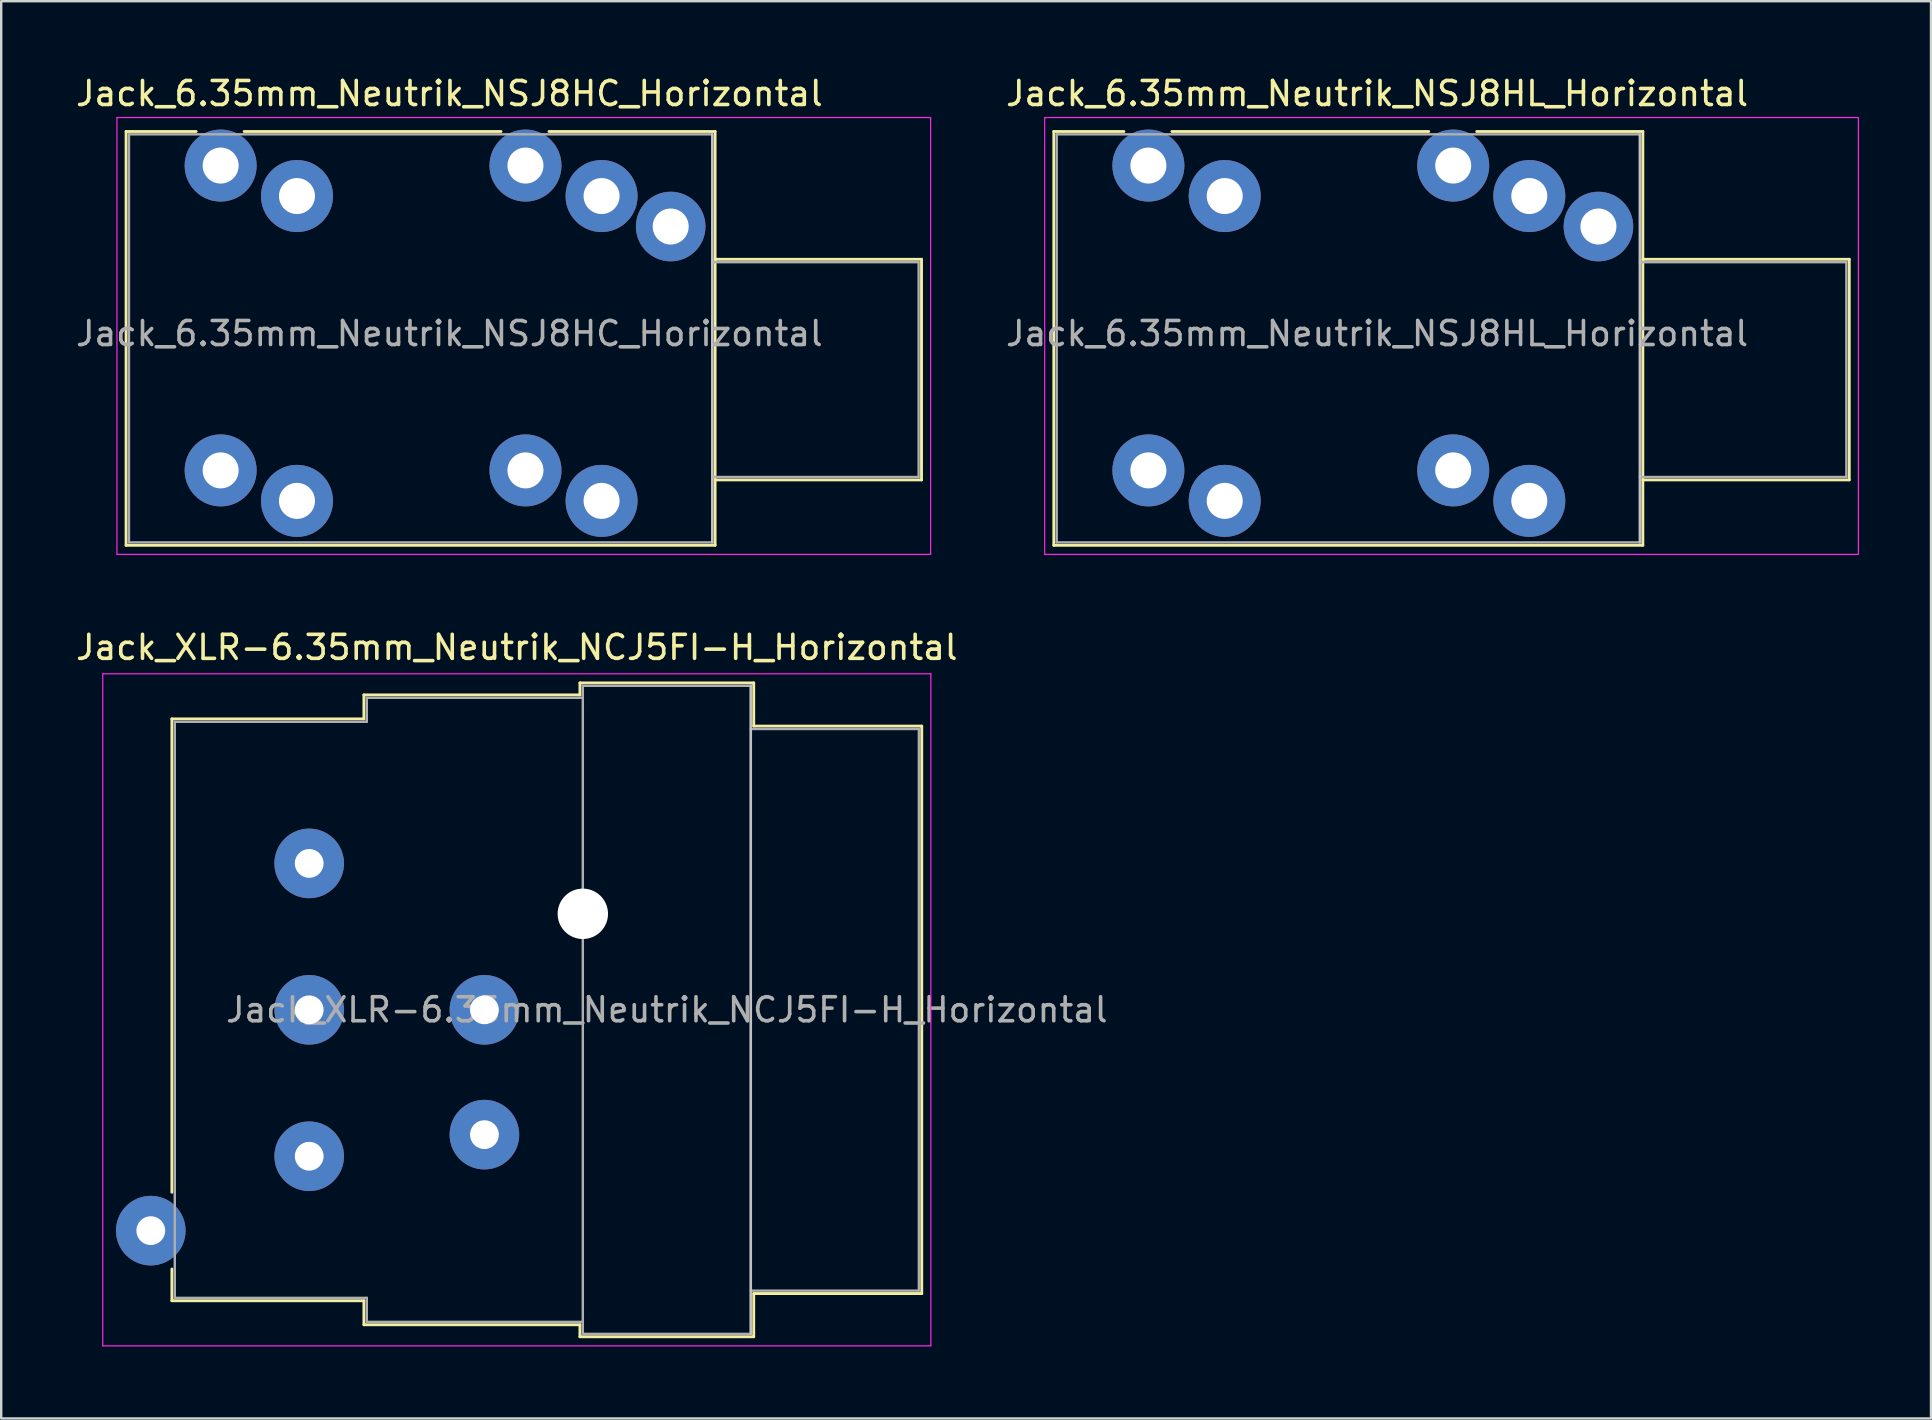
<source format=kicad_pcb>
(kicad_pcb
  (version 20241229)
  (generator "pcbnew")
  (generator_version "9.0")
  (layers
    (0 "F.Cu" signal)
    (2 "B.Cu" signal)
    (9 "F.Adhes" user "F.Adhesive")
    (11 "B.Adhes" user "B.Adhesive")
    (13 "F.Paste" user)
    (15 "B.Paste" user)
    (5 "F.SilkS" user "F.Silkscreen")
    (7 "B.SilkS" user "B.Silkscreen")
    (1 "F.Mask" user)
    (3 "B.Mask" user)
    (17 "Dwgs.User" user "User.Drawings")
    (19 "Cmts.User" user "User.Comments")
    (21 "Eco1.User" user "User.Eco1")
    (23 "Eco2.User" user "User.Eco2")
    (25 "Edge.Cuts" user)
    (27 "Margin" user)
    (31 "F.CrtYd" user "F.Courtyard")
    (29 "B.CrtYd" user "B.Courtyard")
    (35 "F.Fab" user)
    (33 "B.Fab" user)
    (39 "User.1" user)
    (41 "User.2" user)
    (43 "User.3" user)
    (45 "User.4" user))
  (footprint "Jack_XLR-6.35mm_Neutrik_NCJ5FI-H_Horizontal"
    (layer "F.Cu")
    (at 9.832 32.922)
    (property "Reference" "Jack_XLR-6.35mm_Neutrik_NCJ5FI-H_Horizontal" (at 8.65 -9 0) (layer "F.SilkS") (effects (font (size 1 1) (thickness 0.15))))
    (attr through_hole)
    (fp_line (start -5.72 -6.02) (end -5.72 13.7) (stroke (width 0.12) (type solid)) (layer "F.SilkS"))
    (fp_line (start -5.72 16.9) (end -5.72 18.22) (stroke (width 0.12) (type solid)) (layer "F.SilkS"))
    (fp_line (start 2.28 -7.02) (end 2.28 -6.02) (stroke (width 0.12) (type solid)) (layer "F.SilkS"))
    (fp_line (start 2.28 -6.02) (end -5.72 -6.02) (stroke (width 0.12) (type solid)) (layer "F.SilkS"))
    (fp_line (start 2.28 18.22) (end -5.72 18.22) (stroke (width 0.12) (type solid)) (layer "F.SilkS"))
    (fp_line (start 2.28 19.22) (end 2.28 18.22) (stroke (width 0.12) (type solid)) (layer "F.SilkS"))
    (fp_line (start 11.28 -7.02) (end 2.28 -7.02) (stroke (width 0.12) (type solid)) (layer "F.SilkS"))
    (fp_line (start 11.28 -7.02) (end 11.28 -7.52) (stroke (width 0.12) (type solid)) (layer "F.SilkS"))
    (fp_line (start 11.28 19.22) (end 2.28 19.22) (stroke (width 0.12) (type solid)) (layer "F.SilkS"))
    (fp_line (start 11.28 19.72) (end 11.28 19.22) (stroke (width 0.12) (type solid)) (layer "F.SilkS"))
    (fp_line (start 18.52 -7.52) (end 11.28 -7.52) (stroke (width 0.12) (type solid)) (layer "F.SilkS"))
    (fp_line (start 18.52 -7.52) (end 18.52 -5.72) (stroke (width 0.12) (type solid)) (layer "F.SilkS"))
    (fp_line (start 18.52 -5.72) (end 25.52 -5.72) (stroke (width 0.12) (type solid)) (layer "F.SilkS"))
    (fp_line (start 18.52 17.92) (end 18.52 19.72) (stroke (width 0.12) (type solid)) (layer "F.SilkS"))
    (fp_line (start 18.52 17.92) (end 25.52 17.92) (stroke (width 0.12) (type solid)) (layer "F.SilkS"))
    (fp_line (start 18.52 19.72) (end 11.28 19.72) (stroke (width 0.12) (type solid)) (layer "F.SilkS"))
    (fp_line (start 25.52 -5.72) (end 25.52 17.92) (stroke (width 0.12) (type solid)) (layer "F.SilkS"))
    (fp_line (start 18.4 -7.4) (end 18.4 19.6) (stroke (width 0.1) (type solid)) (layer "Dwgs.User"))
    (fp_line (start -8.6 -7.9) (end -8.6 20.1) (stroke (width 0.05) (type solid)) (layer "F.CrtYd"))
    (fp_line (start 25.9 -7.9) (end -8.6 -7.9) (stroke (width 0.05) (type solid)) (layer "F.CrtYd"))
    (fp_line (start 25.9 -7.9) (end 25.9 20.1) (stroke (width 0.05) (type solid)) (layer "F.CrtYd"))
    (fp_line (start 25.9 20.1) (end -8.6 20.1) (stroke (width 0.05) (type solid)) (layer "F.CrtYd"))
    (fp_line (start -5.6 -5.9) (end -5.6 18.1) (stroke (width 0.1) (type solid)) (layer "F.Fab"))
    (fp_line (start -5.6 18.1) (end 2.4 18.1) (stroke (width 0.1) (type solid)) (layer "F.Fab"))
    (fp_line (start 2.4 -6.9) (end 2.4 -5.9) (stroke (width 0.1) (type solid)) (layer "F.Fab"))
    (fp_line (start 2.4 -5.9) (end -5.6 -5.9) (stroke (width 0.1) (type solid)) (layer "F.Fab"))
    (fp_line (start 2.4 18.1) (end 2.4 19.1) (stroke (width 0.1) (type solid)) (layer "F.Fab"))
    (fp_line (start 2.4 19.1) (end 11.4 19.1) (stroke (width 0.1) (type solid)) (layer "F.Fab"))
    (fp_line (start 11.4 -7.4) (end 18.4 -7.4) (stroke (width 0.1) (type solid)) (layer "F.Fab"))
    (fp_line (start 11.4 -6.9) (end 2.4 -6.9) (stroke (width 0.1) (type solid)) (layer "F.Fab"))
    (fp_line (start 11.4 19.6) (end 11.4 -7.4) (stroke (width 0.1) (type solid)) (layer "F.Fab"))
    (fp_line (start 18.4 -7.4) (end 18.4 19.6) (stroke (width 0.1) (type solid)) (layer "F.Fab"))
    (fp_line (start 18.4 -5.6) (end 25.4 -5.6) (stroke (width 0.1) (type solid)) (layer "F.Fab"))
    (fp_line (start 18.4 19.6) (end 11.4 19.6) (stroke (width 0.1) (type solid)) (layer "F.Fab"))
    (fp_line (start 25.4 -5.6) (end 25.4 17.8) (stroke (width 0.1) (type solid)) (layer "F.Fab"))
    (fp_line (start 25.4 17.8) (end 18.4 17.8) (stroke (width 0.1) (type solid)) (layer "F.Fab"))
    (fp_text user "${REFERENCE}" (at 14.9 6.1 0) (layer "F.Fab") (effects (font (size 1 1) (thickness 0.15))))
    (pad "" np_thru_hole circle (at 11.4 2.1) (size 2.1 2.1) (drill 2.1) (layers "*.Cu" "*.Mask"))
    (pad "1" thru_hole circle (at 0 0) (size 2.9 2.9) (drill 1.2) (layers "*.Cu" "*.Mask"))
    (pad "2" thru_hole circle (at 0 12.2) (size 2.9 2.9) (drill 1.2) (layers "*.Cu" "*.Mask"))
    (pad "3" thru_hole circle (at 0 6.1) (size 2.9 2.9) (drill 1.2) (layers "*.Cu" "*.Mask"))
    (pad "G" thru_hole circle (at 7.3 6.1) (size 2.9 2.9) (drill 1.2) (layers "*.Cu" "*.Mask"))
    (pad "S" thru_hole circle (at 7.3 11.3) (size 2.9 2.9) (drill 1.2) (layers "*.Cu" "*.Mask"))
    (pad "T" thru_hole circle (at -6.6 15.3) (size 2.9 2.9) (drill 1.2) (layers "*.Cu" "*.Mask")))
  (footprint "Jack_6.35mm_Neutrik_NSJ8HL_Horizontal"
    (layer "F.Cu")
    (at 44.795 3.848)
    (property "Reference" "Jack_6.35mm_Neutrik_NSJ8HL_Horizontal" (at 9.53 -3 0) (layer "F.SilkS") (effects (font (size 1 1) (thickness 0.15))))
    (attr through_hole)
    (fp_line (start -3.94 -1.42) (end -1.02 -1.42) (stroke (width 0.12) (type solid)) (layer "F.SilkS"))
    (fp_line (start -3.94 15.82) (end -3.94 -1.42) (stroke (width 0.12) (type solid)) (layer "F.SilkS"))
    (fp_line (start -3.94 15.82) (end 20.6 15.82) (stroke (width 0.12) (type solid)) (layer "F.SilkS"))
    (fp_line (start 0.98 -1.42) (end 11.68 -1.42) (stroke (width 0.12) (type solid)) (layer "F.SilkS"))
    (fp_line (start 13.68 -1.42) (end 20.6 -1.42) (stroke (width 0.12) (type solid)) (layer "F.SilkS"))
    (fp_line (start 20.6 -1.42) (end 20.6 15.82) (stroke (width 0.12) (type solid)) (layer "F.SilkS"))
    (fp_line (start 29.2 3.905) (end 20.6 3.905) (stroke (width 0.12) (type solid)) (layer "F.SilkS"))
    (fp_line (start 29.2 13.095) (end 20.6 13.095) (stroke (width 0.12) (type solid)) (layer "F.SilkS"))
    (fp_line (start 29.2 13.095) (end 29.2 3.905) (stroke (width 0.12) (type solid)) (layer "F.SilkS"))
    (fp_line (start 20.48 -1.3) (end 20.48 15.7) (stroke (width 0.1) (type solid)) (layer "Dwgs.User"))
    (fp_line (start -4.32 16.2) (end -4.32 -2) (stroke (width 0.05) (type solid)) (layer "F.CrtYd"))
    (fp_line (start -4.32 16.2) (end 29.58 16.2) (stroke (width 0.05) (type solid)) (layer "F.CrtYd"))
    (fp_line (start 29.58 -2) (end -4.32 -2) (stroke (width 0.05) (type solid)) (layer "F.CrtYd"))
    (fp_line (start 29.58 16.2) (end 29.58 -2) (stroke (width 0.05) (type solid)) (layer "F.CrtYd"))
    (fp_line (start -3.82 -1.3) (end 20.48 -1.3) (stroke (width 0.1) (type solid)) (layer "F.Fab"))
    (fp_line (start -3.82 15.7) (end -3.82 -1.3) (stroke (width 0.1) (type solid)) (layer "F.Fab"))
    (fp_line (start 20.48 -1.3) (end 20.48 15.7) (stroke (width 0.1) (type solid)) (layer "F.Fab"))
    (fp_line (start 20.48 12.975) (end 29.08 12.975) (stroke (width 0.1) (type solid)) (layer "F.Fab"))
    (fp_line (start 20.48 15.7) (end -3.82 15.7) (stroke (width 0.1) (type solid)) (layer "F.Fab"))
    (fp_line (start 29.08 4.025) (end 20.48 4.025) (stroke (width 0.1) (type solid)) (layer "F.Fab"))
    (fp_line (start 29.08 12.975) (end 29.08 4.025) (stroke (width 0.1) (type solid)) (layer "F.Fab"))
    (fp_text user "${REFERENCE}" (at 9.53 7 0) (layer "F.Fab") (effects (font (size 1 1) (thickness 0.15))))
    (pad "G" thru_hole circle (at 18.75 2.54) (size 2.9 2.9) (drill 1.5) (layers "*.Cu" "*.Mask"))
    (pad "S1" thru_hole circle (at 12.7 0) (size 3 3) (drill 1.5) (layers "*.Cu" "*.Mask"))
    (pad "S2" thru_hole circle (at 15.87 1.27) (size 3 3) (drill 1.5) (layers "*.Cu" "*.Mask"))
    (pad "SN1" thru_hole circle (at 12.7 12.7) (size 3 3) (drill 1.5) (layers "*.Cu" "*.Mask"))
    (pad "SN2" thru_hole circle (at 15.87 13.97) (size 3 3) (drill 1.5) (layers "*.Cu" "*.Mask"))
    (pad "T1" thru_hole circle (at 0 0) (size 3 3) (drill 1.5) (layers "*.Cu" "*.Mask"))
    (pad "T2" thru_hole circle (at 3.18 1.27) (size 3 3) (drill 1.5) (layers "*.Cu" "*.Mask"))
    (pad "TN1" thru_hole circle (at 0 12.7) (size 3 3) (drill 1.5) (layers "*.Cu" "*.Mask"))
    (pad "TN2" thru_hole circle (at 3.18 13.97) (size 3 3) (drill 1.5) (layers "*.Cu" "*.Mask")))
  (footprint "Jack_6.35mm_Neutrik_NSJ8HC_Horizontal"
    (layer "F.Cu")
    (at 6.143 3.848)
    (property "Reference" "Jack_6.35mm_Neutrik_NSJ8HC_Horizontal" (at 9.53 -3 0) (layer "F.SilkS") (effects (font (size 1 1) (thickness 0.15))))
    (attr through_hole)
    (fp_line (start -3.94 -1.42) (end -1.02 -1.42) (stroke (width 0.12) (type solid)) (layer "F.SilkS"))
    (fp_line (start -3.94 15.82) (end -3.94 -1.42) (stroke (width 0.12) (type solid)) (layer "F.SilkS"))
    (fp_line (start -3.94 15.82) (end 20.6 15.82) (stroke (width 0.12) (type solid)) (layer "F.SilkS"))
    (fp_line (start 0.98 -1.42) (end 11.68 -1.42) (stroke (width 0.12) (type solid)) (layer "F.SilkS"))
    (fp_line (start 13.68 -1.42) (end 20.6 -1.42) (stroke (width 0.12) (type solid)) (layer "F.SilkS"))
    (fp_line (start 20.6 -1.42) (end 20.6 15.82) (stroke (width 0.12) (type solid)) (layer "F.SilkS"))
    (fp_line (start 29.2 3.905) (end 20.6 3.905) (stroke (width 0.12) (type solid)) (layer "F.SilkS"))
    (fp_line (start 29.2 13.095) (end 20.6 13.095) (stroke (width 0.12) (type solid)) (layer "F.SilkS"))
    (fp_line (start 29.2 13.095) (end 29.2 3.905) (stroke (width 0.12) (type solid)) (layer "F.SilkS"))
    (fp_line (start 20.48 -1.3) (end 20.48 15.7) (stroke (width 0.1) (type solid)) (layer "Dwgs.User"))
    (fp_line (start -4.32 16.2) (end -4.32 -2) (stroke (width 0.05) (type solid)) (layer "F.CrtYd"))
    (fp_line (start -4.32 16.2) (end 29.58 16.2) (stroke (width 0.05) (type solid)) (layer "F.CrtYd"))
    (fp_line (start 29.58 -2) (end -4.32 -2) (stroke (width 0.05) (type solid)) (layer "F.CrtYd"))
    (fp_line (start 29.58 16.2) (end 29.58 -2) (stroke (width 0.05) (type solid)) (layer "F.CrtYd"))
    (fp_line (start -3.82 -1.3) (end 20.48 -1.3) (stroke (width 0.1) (type solid)) (layer "F.Fab"))
    (fp_line (start -3.82 15.7) (end -3.82 -1.3) (stroke (width 0.1) (type solid)) (layer "F.Fab"))
    (fp_line (start 20.48 -1.3) (end 20.48 15.7) (stroke (width 0.1) (type solid)) (layer "F.Fab"))
    (fp_line (start 20.48 12.975) (end 29.08 12.975) (stroke (width 0.1) (type solid)) (layer "F.Fab"))
    (fp_line (start 20.48 15.7) (end -3.82 15.7) (stroke (width 0.1) (type solid)) (layer "F.Fab"))
    (fp_line (start 29.08 4.025) (end 20.48 4.025) (stroke (width 0.1) (type solid)) (layer "F.Fab"))
    (fp_line (start 29.08 12.975) (end 29.08 4.025) (stroke (width 0.1) (type solid)) (layer "F.Fab"))
    (fp_text user "${REFERENCE}" (at 9.53 7 0) (layer "F.Fab") (effects (font (size 1 1) (thickness 0.15))))
    (pad "G" thru_hole circle (at 18.75 2.54) (size 2.9 2.9) (drill 1.5) (layers "*.Cu" "*.Mask"))
    (pad "S1" thru_hole circle (at 12.7 0) (size 3 3) (drill 1.5) (layers "*.Cu" "*.Mask"))
    (pad "S2" thru_hole circle (at 15.87 1.27) (size 3 3) (drill 1.5) (layers "*.Cu" "*.Mask"))
    (pad "SN1" thru_hole circle (at 12.7 12.7) (size 3 3) (drill 1.5) (layers "*.Cu" "*.Mask"))
    (pad "SN2" thru_hole circle (at 15.87 13.97) (size 3 3) (drill 1.5) (layers "*.Cu" "*.Mask"))
    (pad "T1" thru_hole circle (at 0 0) (size 3 3) (drill 1.5) (layers "*.Cu" "*.Mask"))
    (pad "T2" thru_hole circle (at 3.18 1.27) (size 3 3) (drill 1.5) (layers "*.Cu" "*.Mask"))
    (pad "TN1" thru_hole circle (at 0 12.7) (size 3 3) (drill 1.5) (layers "*.Cu" "*.Mask"))
    (pad "TN2" thru_hole circle (at 3.18 13.97) (size 3 3) (drill 1.5) (layers "*.Cu" "*.Mask")))
  (gr_rect
    (start -3 -3)
    (end 77.4 56.047)
    (stroke (width 0.1) (type default))
    (fill no)
    (layer "Edge.Cuts")))
</source>
